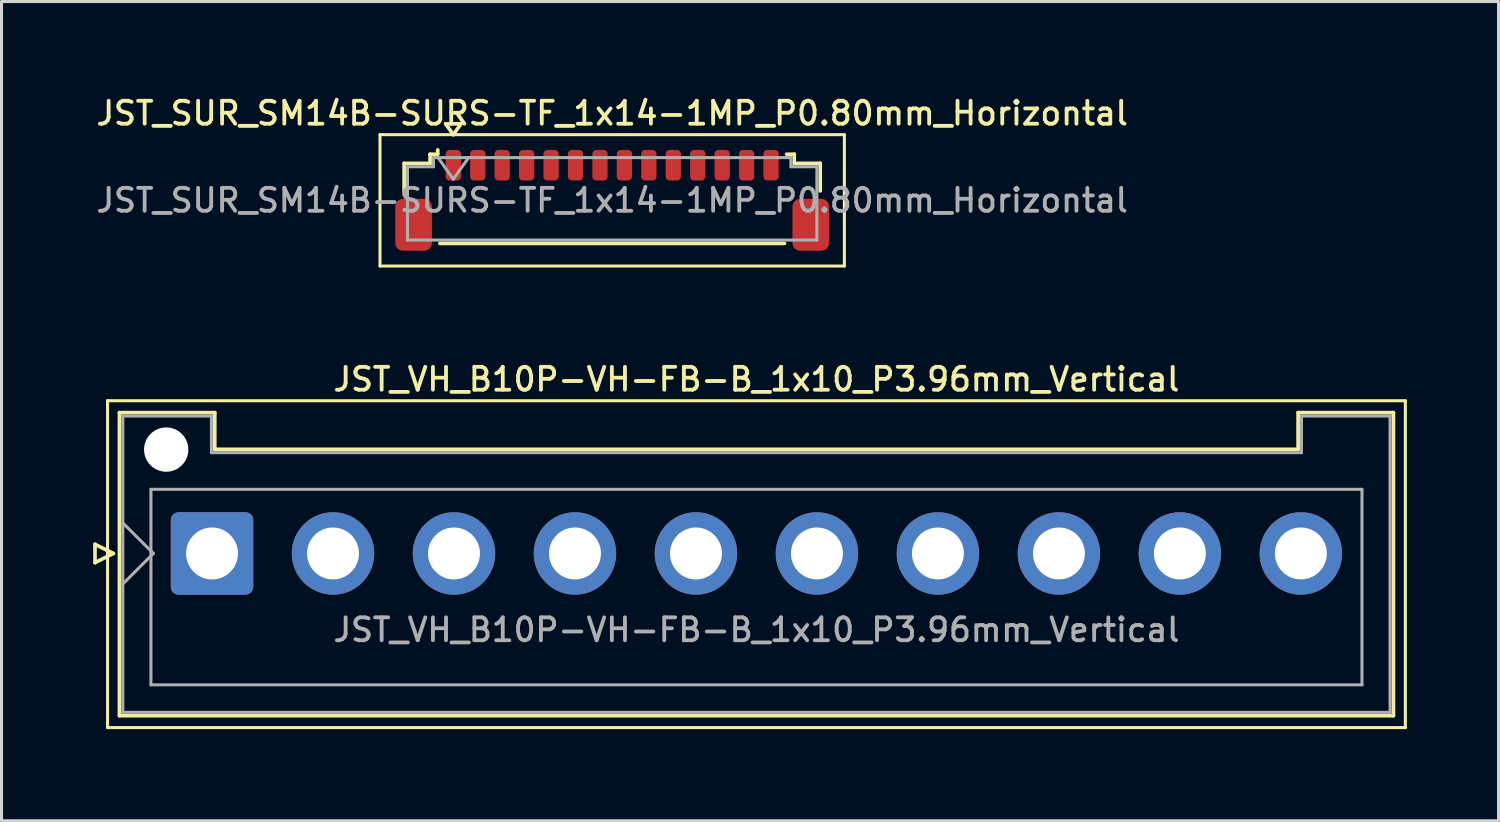
<source format=kicad_pcb>
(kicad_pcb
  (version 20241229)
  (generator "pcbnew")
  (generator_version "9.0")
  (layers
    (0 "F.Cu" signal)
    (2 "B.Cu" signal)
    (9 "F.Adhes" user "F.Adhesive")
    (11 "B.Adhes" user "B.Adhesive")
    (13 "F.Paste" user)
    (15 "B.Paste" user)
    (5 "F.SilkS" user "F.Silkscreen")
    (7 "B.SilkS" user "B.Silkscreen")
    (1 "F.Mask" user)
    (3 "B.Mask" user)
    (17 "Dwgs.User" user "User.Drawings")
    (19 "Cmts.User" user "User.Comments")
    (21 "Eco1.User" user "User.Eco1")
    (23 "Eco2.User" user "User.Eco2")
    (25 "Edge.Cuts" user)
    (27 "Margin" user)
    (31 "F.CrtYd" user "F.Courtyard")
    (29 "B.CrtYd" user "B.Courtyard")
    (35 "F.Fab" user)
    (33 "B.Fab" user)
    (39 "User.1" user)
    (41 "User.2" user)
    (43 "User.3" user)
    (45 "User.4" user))
  (footprint "JST_SUR_SM14B-SURS-TF_1x14-1MP_P0.80mm_Horizontal"
    (layer "F.Cu")
    (at 16.988 3.508)
    (property "Reference" "JST_SUR_SM14B-SURS-TF_1x14-1MP_P0.80mm_Horizontal" (at 0 -2.85 0) (layer "F.SilkS") (effects (font (size 0.75 0.75) (thickness 0.125))))
    (attr smd)
    (fp_line (start -7.6 -2.15) (end -7.6 2.15) (stroke (width 0.1) (type solid)) (layer "F.SilkS"))
    (fp_line (start -7.6 2.15) (end 7.6 2.15) (stroke (width 0.1) (type solid)) (layer "F.SilkS"))
    (fp_line (start -6.81 -1.21) (end -5.96 -1.21) (stroke (width 0.12) (type solid)) (layer "F.SilkS"))
    (fp_line (start -6.81 -0.31) (end -6.81 -1.21) (stroke (width 0.12) (type solid)) (layer "F.SilkS"))
    (fp_line (start -5.96 -1.51) (end -5.71 -1.51) (stroke (width 0.12) (type solid)) (layer "F.SilkS"))
    (fp_line (start -5.96 -1.21) (end -5.96 -1.51) (stroke (width 0.12) (type solid)) (layer "F.SilkS"))
    (fp_line (start -5.71 -1.51) (end -5.71 -1.65) (stroke (width 0.12) (type solid)) (layer "F.SilkS"))
    (fp_line (start -5.64 1.41) (end 5.64 1.41) (stroke (width 0.12) (type solid)) (layer "F.SilkS"))
    (fp_line (start -5.45 -2.504) (end -5.2 -2.15) (stroke (width 0.12) (type solid)) (layer "F.SilkS"))
    (fp_line (start -5.2 -2.15) (end -4.95 -2.504) (stroke (width 0.12) (type solid)) (layer "F.SilkS"))
    (fp_line (start -4.95 -2.504) (end -5.45 -2.504) (stroke (width 0.12) (type solid)) (layer "F.SilkS"))
    (fp_line (start 5.96 -1.51) (end 5.71 -1.51) (stroke (width 0.12) (type solid)) (layer "F.SilkS"))
    (fp_line (start 5.96 -1.21) (end 5.96 -1.51) (stroke (width 0.12) (type solid)) (layer "F.SilkS"))
    (fp_line (start 6.81 -1.21) (end 5.96 -1.21) (stroke (width 0.12) (type solid)) (layer "F.SilkS"))
    (fp_line (start 6.81 -0.31) (end 6.81 -1.21) (stroke (width 0.12) (type solid)) (layer "F.SilkS"))
    (fp_line (start 7.6 -2.15) (end -7.6 -2.15) (stroke (width 0.1) (type solid)) (layer "F.SilkS"))
    (fp_line (start 7.6 2.15) (end 7.6 -2.15) (stroke (width 0.1) (type solid)) (layer "F.SilkS"))
    (fp_line (start -6.7 -1.1) (end -6.7 1.3) (stroke (width 0.1) (type solid)) (layer "F.Fab"))
    (fp_line (start -6.7 -1.1) (end -5.85 -1.1) (stroke (width 0.1) (type solid)) (layer "F.Fab"))
    (fp_line (start -6.7 1.3) (end 6.7 1.3) (stroke (width 0.1) (type solid)) (layer "F.Fab"))
    (fp_line (start -5.85 -1.4) (end 5.85 -1.4) (stroke (width 0.1) (type solid)) (layer "F.Fab"))
    (fp_line (start -5.85 -1.1) (end -5.85 -1.4) (stroke (width 0.1) (type solid)) (layer "F.Fab"))
    (fp_line (start -5.7 -1.4) (end -5.2 -0.693) (stroke (width 0.1) (type solid)) (layer "F.Fab"))
    (fp_line (start -5.2 -0.693) (end -4.7 -1.4) (stroke (width 0.1) (type solid)) (layer "F.Fab"))
    (fp_line (start 5.85 -1.4) (end 5.85 -1.1) (stroke (width 0.1) (type solid)) (layer "F.Fab"))
    (fp_line (start 5.85 -1.1) (end 6.7 -1.1) (stroke (width 0.1) (type solid)) (layer "F.Fab"))
    (fp_line (start 6.7 -1.1) (end 6.7 1.3) (stroke (width 0.1) (type solid)) (layer "F.Fab"))
    (fp_text user "${REFERENCE}" (at 0 0 0) (layer "F.Fab") (effects (font (size 0.75 0.75) (thickness 0.125))))
    (pad "1" smd roundrect (at -5.2 -1.15) (size 0.5 1) (layers "F.Cu" "F.Mask" "F.Paste") (roundrect_rratio 0.25))
    (pad "2" smd roundrect (at -4.4 -1.15) (size 0.5 1) (layers "F.Cu" "F.Mask" "F.Paste") (roundrect_rratio 0.25))
    (pad "3" smd roundrect (at -3.6 -1.15) (size 0.5 1) (layers "F.Cu" "F.Mask" "F.Paste") (roundrect_rratio 0.25))
    (pad "4" smd roundrect (at -2.8 -1.15) (size 0.5 1) (layers "F.Cu" "F.Mask" "F.Paste") (roundrect_rratio 0.25))
    (pad "5" smd roundrect (at -2 -1.15) (size 0.5 1) (layers "F.Cu" "F.Mask" "F.Paste") (roundrect_rratio 0.25))
    (pad "6" smd roundrect (at -1.2 -1.15) (size 0.5 1) (layers "F.Cu" "F.Mask" "F.Paste") (roundrect_rratio 0.25))
    (pad "7" smd roundrect (at -0.4 -1.15) (size 0.5 1) (layers "F.Cu" "F.Mask" "F.Paste") (roundrect_rratio 0.25))
    (pad "8" smd roundrect (at 0.4 -1.15) (size 0.5 1) (layers "F.Cu" "F.Mask" "F.Paste") (roundrect_rratio 0.25))
    (pad "9" smd roundrect (at 1.2 -1.15) (size 0.5 1) (layers "F.Cu" "F.Mask" "F.Paste") (roundrect_rratio 0.25))
    (pad "10" smd roundrect (at 2 -1.15) (size 0.5 1) (layers "F.Cu" "F.Mask" "F.Paste") (roundrect_rratio 0.25))
    (pad "11" smd roundrect (at 2.8 -1.15) (size 0.5 1) (layers "F.Cu" "F.Mask" "F.Paste") (roundrect_rratio 0.25))
    (pad "12" smd roundrect (at 3.6 -1.15) (size 0.5 1) (layers "F.Cu" "F.Mask" "F.Paste") (roundrect_rratio 0.25))
    (pad "13" smd roundrect (at 4.4 -1.15) (size 0.5 1) (layers "F.Cu" "F.Mask" "F.Paste") (roundrect_rratio 0.25))
    (pad "14" smd roundrect (at 5.2 -1.15) (size 0.5 1) (layers "F.Cu" "F.Mask" "F.Paste") (roundrect_rratio 0.25))
    (pad "MP" smd roundrect (at -6.5 0.8) (size 1.2 1.7) (layers "F.Cu" "F.Mask" "F.Paste") (roundrect_rratio 0.208))
    (pad "MP" smd roundrect (at 6.5 0.8) (size 1.2 1.7) (layers "F.Cu" "F.Mask" "F.Paste") (roundrect_rratio 0.208)))
  (footprint "JST_VH_B10P-VH-FB-B_1x10_P3.96mm_Vertical"
    (layer "F.Cu")
    (at 3.89 15.066)
    (property "Reference" "JST_VH_B10P-VH-FB-B_1x10_P3.96mm_Vertical" (at 17.82 -5.7 0) (layer "F.SilkS") (effects (font (size 0.75 0.75) (thickness 0.125))))
    (attr through_hole)
    (fp_line (start -3.83 -0.3) (end -3.23 0) (stroke (width 0.12) (type solid)) (layer "F.SilkS"))
    (fp_line (start -3.83 0.3) (end -3.83 -0.3) (stroke (width 0.12) (type solid)) (layer "F.SilkS"))
    (fp_line (start -3.42 -5) (end -3.42 5.7) (stroke (width 0.1) (type solid)) (layer "F.SilkS"))
    (fp_line (start -3.42 5.7) (end 39.06 5.7) (stroke (width 0.1) (type solid)) (layer "F.SilkS"))
    (fp_line (start -3.23 0) (end -3.83 0.3) (stroke (width 0.12) (type solid)) (layer "F.SilkS"))
    (fp_line (start -3.03 -4.61) (end 0.09 -4.61) (stroke (width 0.12) (type solid)) (layer "F.SilkS"))
    (fp_line (start -3.03 5.31) (end -3.03 -4.61) (stroke (width 0.12) (type solid)) (layer "F.SilkS"))
    (fp_line (start 0.09 -4.61) (end 0.09 -3.41) (stroke (width 0.12) (type solid)) (layer "F.SilkS"))
    (fp_line (start 0.09 -3.41) (end 35.55 -3.41) (stroke (width 0.12) (type solid)) (layer "F.SilkS"))
    (fp_line (start 35.55 -4.61) (end 38.67 -4.61) (stroke (width 0.12) (type solid)) (layer "F.SilkS"))
    (fp_line (start 35.55 -3.41) (end 35.55 -4.61) (stroke (width 0.12) (type solid)) (layer "F.SilkS"))
    (fp_line (start 38.67 -4.61) (end 38.67 5.31) (stroke (width 0.12) (type solid)) (layer "F.SilkS"))
    (fp_line (start 38.67 5.31) (end -3.03 5.31) (stroke (width 0.12) (type solid)) (layer "F.SilkS"))
    (fp_line (start 39.06 -5) (end -3.42 -5) (stroke (width 0.1) (type solid)) (layer "F.SilkS"))
    (fp_line (start 39.06 5.7) (end 39.06 -5) (stroke (width 0.1) (type solid)) (layer "F.SilkS"))
    (fp_line (start -2.92 -4.5) (end -0.02 -4.5) (stroke (width 0.1) (type solid)) (layer "F.Fab"))
    (fp_line (start -2.92 -1) (end -1.92 0) (stroke (width 0.1) (type solid)) (layer "F.Fab"))
    (fp_line (start -2.92 1) (end -1.92 0) (stroke (width 0.1) (type solid)) (layer "F.Fab"))
    (fp_line (start -2.92 5.2) (end -2.92 -4.5) (stroke (width 0.1) (type solid)) (layer "F.Fab"))
    (fp_line (start -2 -2.1) (end 37.64 -2.1) (stroke (width 0.1) (type solid)) (layer "F.Fab"))
    (fp_line (start -2 4.3) (end -2 -2.1) (stroke (width 0.1) (type solid)) (layer "F.Fab"))
    (fp_line (start -0.02 -4.5) (end -0.02 -3.3) (stroke (width 0.1) (type solid)) (layer "F.Fab"))
    (fp_line (start -0.02 -3.3) (end 35.66 -3.3) (stroke (width 0.1) (type solid)) (layer "F.Fab"))
    (fp_line (start 35.66 -4.5) (end 38.56 -4.5) (stroke (width 0.1) (type solid)) (layer "F.Fab"))
    (fp_line (start 35.66 -3.3) (end 35.66 -4.5) (stroke (width 0.1) (type solid)) (layer "F.Fab"))
    (fp_line (start 37.64 -2.1) (end 37.64 4.3) (stroke (width 0.1) (type solid)) (layer "F.Fab"))
    (fp_line (start 37.64 4.3) (end -2 4.3) (stroke (width 0.1) (type solid)) (layer "F.Fab"))
    (fp_line (start 38.56 -4.5) (end 38.56 5.2) (stroke (width 0.1) (type solid)) (layer "F.Fab"))
    (fp_line (start 38.56 5.2) (end -2.92 5.2) (stroke (width 0.1) (type solid)) (layer "F.Fab"))
    (fp_text user "${REFERENCE}" (at 17.82 2.5 0) (layer "F.Fab") (effects (font (size 0.75 0.75) (thickness 0.125))))
    (pad "" np_thru_hole circle (at -1.5 -3.4) (size 1.45 1.45) (drill 1.45) (layers "*.Cu" "*.Mask"))
    (pad "1" thru_hole roundrect (at 0 0) (size 2.7 2.7) (drill 1.7) (layers "*.Cu" "*.Mask") (roundrect_rratio 0.093))
    (pad "2" thru_hole circle (at 3.96 0) (size 2.7 2.7) (drill 1.7) (layers "*.Cu" "*.Mask"))
    (pad "3" thru_hole circle (at 7.92 0) (size 2.7 2.7) (drill 1.7) (layers "*.Cu" "*.Mask"))
    (pad "4" thru_hole circle (at 11.88 0) (size 2.7 2.7) (drill 1.7) (layers "*.Cu" "*.Mask"))
    (pad "5" thru_hole circle (at 15.84 0) (size 2.7 2.7) (drill 1.7) (layers "*.Cu" "*.Mask"))
    (pad "6" thru_hole circle (at 19.8 0) (size 2.7 2.7) (drill 1.7) (layers "*.Cu" "*.Mask"))
    (pad "7" thru_hole circle (at 23.76 0) (size 2.7 2.7) (drill 1.7) (layers "*.Cu" "*.Mask"))
    (pad "8" thru_hole circle (at 27.72 0) (size 2.7 2.7) (drill 1.7) (layers "*.Cu" "*.Mask"))
    (pad "9" thru_hole circle (at 31.68 0) (size 2.7 2.7) (drill 1.7) (layers "*.Cu" "*.Mask"))
    (pad "10" thru_hole circle (at 35.64 0) (size 2.7 2.7) (drill 1.7) (layers "*.Cu" "*.Mask")))
  (gr_rect
    (start -3 -3)
    (end 46 23.816)
    (stroke (width 0.1) (type default))
    (fill no)
    (layer "Edge.Cuts")))
</source>
